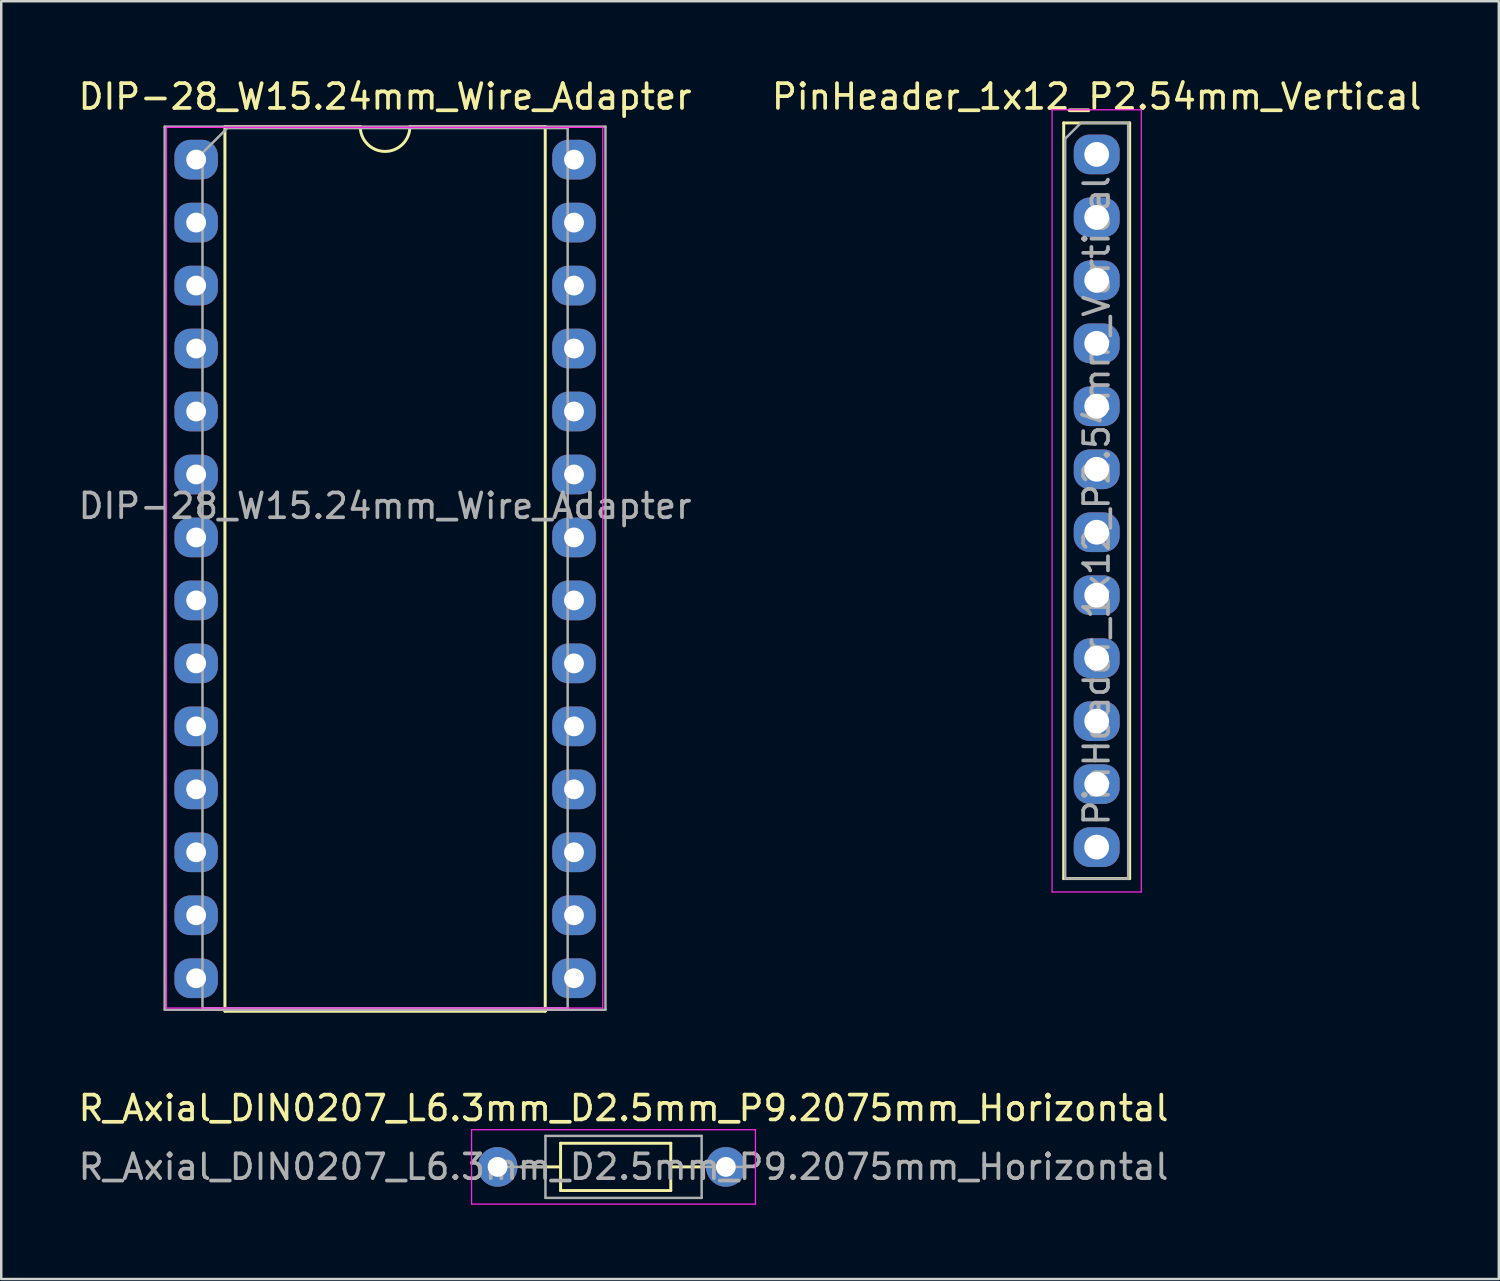
<source format=kicad_pcb>
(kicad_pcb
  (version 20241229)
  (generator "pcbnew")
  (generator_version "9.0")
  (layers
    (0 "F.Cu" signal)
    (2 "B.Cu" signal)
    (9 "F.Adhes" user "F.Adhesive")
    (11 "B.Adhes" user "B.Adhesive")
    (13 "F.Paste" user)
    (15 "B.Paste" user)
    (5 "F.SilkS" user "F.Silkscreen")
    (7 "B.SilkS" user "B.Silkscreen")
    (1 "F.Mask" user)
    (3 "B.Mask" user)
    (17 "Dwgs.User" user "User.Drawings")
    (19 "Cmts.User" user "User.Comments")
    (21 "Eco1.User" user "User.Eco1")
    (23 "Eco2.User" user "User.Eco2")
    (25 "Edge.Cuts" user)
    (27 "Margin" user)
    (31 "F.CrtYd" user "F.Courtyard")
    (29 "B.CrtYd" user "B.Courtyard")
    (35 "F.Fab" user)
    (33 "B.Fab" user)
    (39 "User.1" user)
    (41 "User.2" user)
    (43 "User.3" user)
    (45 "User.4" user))
  (footprint "PinHeader_1x12_P2.54mm_Vertical"
    (layer "F.Cu")
    (at 41.185 3.178)
    (property "Reference" "PinHeader_1x12_P2.54mm_Vertical" (at 0 -2.33 180) (layer "F.SilkS") (effects (font (size 1 1) (thickness 0.15))))
    (attr through_hole)
    (fp_line (start -1.33 -1.27) (end -1.33 29.21) (stroke (width 0.12) (type solid)) (layer "F.SilkS"))
    (fp_line (start -1.33 -1.27) (end 1.33 -1.27) (stroke (width 0.12) (type solid)) (layer "F.SilkS"))
    (fp_line (start -1.33 29.21) (end 1.33 29.21) (stroke (width 0.12) (type solid)) (layer "F.SilkS"))
    (fp_line (start 1.33 -1.27) (end 1.33 29.21) (stroke (width 0.12) (type solid)) (layer "F.SilkS"))
    (fp_line (start -1.8 -1.8) (end -1.8 29.75) (stroke (width 0.05) (type solid)) (layer "F.CrtYd"))
    (fp_line (start -1.8 29.75) (end 1.8 29.75) (stroke (width 0.05) (type solid)) (layer "F.CrtYd"))
    (fp_line (start 1.8 -1.8) (end -1.8 -1.8) (stroke (width 0.05) (type solid)) (layer "F.CrtYd"))
    (fp_line (start 1.8 29.75) (end 1.8 -1.8) (stroke (width 0.05) (type solid)) (layer "F.CrtYd"))
    (fp_line (start -1.27 -0.635) (end -0.635 -1.27) (stroke (width 0.1) (type solid)) (layer "F.Fab"))
    (fp_line (start -1.27 29.21) (end -1.27 -0.635) (stroke (width 0.1) (type solid)) (layer "F.Fab"))
    (fp_line (start -0.635 -1.27) (end 1.27 -1.27) (stroke (width 0.1) (type solid)) (layer "F.Fab"))
    (fp_line (start 1.27 -1.27) (end 1.27 29.21) (stroke (width 0.1) (type solid)) (layer "F.Fab"))
    (fp_line (start 1.27 29.21) (end -1.27 29.21) (stroke (width 0.1) (type solid)) (layer "F.Fab"))
    (fp_text user "${REFERENCE}" (at 0 13.97 90) (layer "F.Fab") (effects (font (size 1 1) (thickness 0.15))))
    (pad "1" thru_hole roundrect (at 0 0) (size 1.85 1.6) (drill 1) (layers "*.Cu" "*.Mask") (roundrect_rratio 0.4))
    (pad "2" thru_hole roundrect (at 0 2.54) (size 1.85 1.6) (drill 1) (layers "*.Cu" "*.Mask") (roundrect_rratio 0.4))
    (pad "3" thru_hole roundrect (at 0 5.08) (size 1.85 1.6) (drill 1) (layers "*.Cu" "*.Mask") (roundrect_rratio 0.4))
    (pad "4" thru_hole roundrect (at 0 7.62) (size 1.85 1.6) (drill 1) (layers "*.Cu" "*.Mask") (roundrect_rratio 0.4))
    (pad "5" thru_hole roundrect (at 0 10.16) (size 1.85 1.6) (drill 1) (layers "*.Cu" "*.Mask") (roundrect_rratio 0.4))
    (pad "6" thru_hole roundrect (at 0 12.7) (size 1.85 1.6) (drill 1) (layers "*.Cu" "*.Mask") (roundrect_rratio 0.4))
    (pad "7" thru_hole roundrect (at 0 15.24) (size 1.85 1.6) (drill 1) (layers "*.Cu" "*.Mask") (roundrect_rratio 0.4))
    (pad "8" thru_hole roundrect (at 0 17.78) (size 1.85 1.6) (drill 1) (layers "*.Cu" "*.Mask") (roundrect_rratio 0.4))
    (pad "9" thru_hole roundrect (at 0 20.32) (size 1.85 1.6) (drill 1) (layers "*.Cu" "*.Mask") (roundrect_rratio 0.4))
    (pad "10" thru_hole roundrect (at 0 22.86) (size 1.85 1.6) (drill 1) (layers "*.Cu" "*.Mask") (roundrect_rratio 0.4))
    (pad "11" thru_hole roundrect (at 0 25.4) (size 1.85 1.6) (drill 1) (layers "*.Cu" "*.Mask") (roundrect_rratio 0.4))
    (pad "12" thru_hole roundrect (at 0 27.94) (size 1.85 1.6) (drill 1) (layers "*.Cu" "*.Mask") (roundrect_rratio 0.4)))
  (footprint "R_Axial_DIN0207_L6.3mm_D2.5mm_P9.2075mm_Horizontal"
    (layer "F.Cu")
    (at 17.021 44.017)
    (property "Reference" "R_Axial_DIN0207_L6.3mm_D2.5mm_P9.2075mm_Horizontal" (at 5.08 -2.37 180) (layer "F.SilkS") (effects (font (size 1 1) (thickness 0.15))))
    (attr through_hole)
    (fp_line (start 0.953 0) (end 2.54 0) (stroke (width 0.12) (type solid)) (layer "F.SilkS"))
    (fp_line (start 2.54 -0.953) (end 2.54 0.953) (stroke (width 0.12) (type solid)) (layer "F.SilkS"))
    (fp_line (start 2.54 0.953) (end 6.985 0.953) (stroke (width 0.12) (type solid)) (layer "F.SilkS"))
    (fp_line (start 6.985 -0.953) (end 2.54 -0.953) (stroke (width 0.12) (type solid)) (layer "F.SilkS"))
    (fp_line (start 6.985 0.953) (end 6.985 -0.953) (stroke (width 0.12) (type solid)) (layer "F.SilkS"))
    (fp_line (start 8.255 0) (end 6.985 0) (stroke (width 0.12) (type solid)) (layer "F.SilkS"))
    (fp_line (start -1.05 -1.5) (end -1.05 1.5) (stroke (width 0.05) (type solid)) (layer "F.CrtYd"))
    (fp_line (start -1.05 1.5) (end 10.4 1.5) (stroke (width 0.05) (type solid)) (layer "F.CrtYd"))
    (fp_line (start 10.4 -1.5) (end -1.05 -1.5) (stroke (width 0.05) (type solid)) (layer "F.CrtYd"))
    (fp_line (start 10.4 1.5) (end 10.4 -1.5) (stroke (width 0.05) (type solid)) (layer "F.CrtYd"))
    (fp_line (start 0 0) (end 1.93 0) (stroke (width 0.1) (type solid)) (layer "F.Fab"))
    (fp_line (start 1.93 -1.25) (end 1.93 1.25) (stroke (width 0.1) (type solid)) (layer "F.Fab"))
    (fp_line (start 1.93 1.25) (end 8.23 1.25) (stroke (width 0.1) (type solid)) (layer "F.Fab"))
    (fp_line (start 8.23 -1.25) (end 1.93 -1.25) (stroke (width 0.1) (type solid)) (layer "F.Fab"))
    (fp_line (start 8.23 1.25) (end 8.23 -1.25) (stroke (width 0.1) (type solid)) (layer "F.Fab"))
    (fp_line (start 10.16 0) (end 8.23 0) (stroke (width 0.1) (type solid)) (layer "F.Fab"))
    (fp_text user "${REFERENCE}" (at 5.08 0 180) (layer "F.Fab") (effects (font (size 1 1) (thickness 0.15))))
    (pad "1" thru_hole circle (at 0 0) (size 1.6 1.6) (drill 0.8) (layers "*.Cu" "*.Mask"))
    (pad "2" thru_hole oval (at 9.207 0) (size 1.6 1.6) (drill 0.8) (layers "*.Cu" "*.Mask")))
  (footprint "DIP-28_W15.24mm_Wire_Adapter"
    (layer "F.Cu")
    (at 4.862 3.388)
    (property "Reference" "DIP-28_W15.24mm_Wire_Adapter" (at 7.62 -2.54 0) (layer "F.SilkS") (effects (font (size 1 1) (thickness 0.15))))
    (attr through_hole)
    (fp_line (start 1.16 -1.33) (end 1.16 34.35) (stroke (width 0.12) (type solid)) (layer "F.SilkS"))
    (fp_line (start 1.16 34.35) (end 14.08 34.35) (stroke (width 0.12) (type solid)) (layer "F.SilkS"))
    (fp_line (start 6.62 -1.33) (end 1.16 -1.33) (stroke (width 0.12) (type solid)) (layer "F.SilkS"))
    (fp_line (start 14.08 -1.33) (end 8.62 -1.33) (stroke (width 0.12) (type solid)) (layer "F.SilkS"))
    (fp_line (start 14.08 34.35) (end 14.08 -1.33) (stroke (width 0.12) (type solid)) (layer "F.SilkS"))
    (fp_arc (start 8.62 -1.33) (mid 7.62 -0.33) (end 6.62 -1.33) (stroke (width 0.12) (type solid)) (layer "F.SilkS"))
    (fp_line (start -1.2 -1.3) (end -1.2 34.22) (stroke (width 0.05) (type solid)) (layer "F.CrtYd"))
    (fp_line (start -1.2 34.22) (end 16.4 34.22) (stroke (width 0.05) (type solid)) (layer "F.CrtYd"))
    (fp_line (start 16.4 -1.3) (end -1.2 -1.3) (stroke (width 0.05) (type solid)) (layer "F.CrtYd"))
    (fp_line (start 16.4 34.22) (end 16.4 -1.3) (stroke (width 0.05) (type solid)) (layer "F.CrtYd"))
    (fp_line (start -1.27 -1.33) (end -1.27 34.29) (stroke (width 0.1) (type solid)) (layer "F.Fab"))
    (fp_line (start -1.27 34.29) (end 16.51 34.29) (stroke (width 0.1) (type solid)) (layer "F.Fab"))
    (fp_line (start 0.255 -0.27) (end 1.255 -1.27) (stroke (width 0.1) (type solid)) (layer "F.Fab"))
    (fp_line (start 0.255 34.23) (end 0.255 -0.27) (stroke (width 0.1) (type solid)) (layer "F.Fab"))
    (fp_line (start 1.255 -1.27) (end 14.985 -1.27) (stroke (width 0.1) (type solid)) (layer "F.Fab"))
    (fp_line (start 14.985 -1.27) (end 14.985 34.23) (stroke (width 0.1) (type solid)) (layer "F.Fab"))
    (fp_line (start 14.985 34.23) (end 0.255 34.23) (stroke (width 0.1) (type solid)) (layer "F.Fab"))
    (fp_line (start 16.51 -1.33) (end -1.27 -1.33) (stroke (width 0.1) (type solid)) (layer "F.Fab"))
    (fp_line (start 16.51 34.29) (end 16.51 -1.33) (stroke (width 0.1) (type solid)) (layer "F.Fab"))
    (fp_text user "${REFERENCE}" (at 7.62 13.97 0) (layer "F.Fab") (effects (font (size 1 1) (thickness 0.15))))
    (pad "1" thru_hole roundrect (at 0 0) (size 1.75 1.6) (drill 0.8) (layers "*.Cu" "*.Mask") (roundrect_rratio 0.4))
    (pad "2" thru_hole roundrect (at 0 2.54) (size 1.75 1.6) (drill 0.8) (layers "*.Cu" "*.Mask") (roundrect_rratio 0.4))
    (pad "3" thru_hole roundrect (at 0 5.08) (size 1.75 1.6) (drill 0.8) (layers "*.Cu" "*.Mask") (roundrect_rratio 0.4))
    (pad "4" thru_hole roundrect (at 0 7.62) (size 1.75 1.6) (drill 0.8) (layers "*.Cu" "*.Mask") (roundrect_rratio 0.4))
    (pad "5" thru_hole roundrect (at 0 10.16) (size 1.75 1.6) (drill 0.8) (layers "*.Cu" "*.Mask") (roundrect_rratio 0.4))
    (pad "6" thru_hole roundrect (at 0 12.7) (size 1.75 1.6) (drill 0.8) (layers "*.Cu" "*.Mask") (roundrect_rratio 0.4))
    (pad "7" thru_hole roundrect (at 0 15.24) (size 1.75 1.6) (drill 0.8) (layers "*.Cu" "*.Mask") (roundrect_rratio 0.4))
    (pad "8" thru_hole roundrect (at 0 17.78) (size 1.75 1.6) (drill 0.8) (layers "*.Cu" "*.Mask") (roundrect_rratio 0.4))
    (pad "9" thru_hole roundrect (at 0 20.32) (size 1.75 1.6) (drill 0.8) (layers "*.Cu" "*.Mask") (roundrect_rratio 0.4))
    (pad "10" thru_hole roundrect (at 0 22.86) (size 1.75 1.6) (drill 0.8) (layers "*.Cu" "*.Mask") (roundrect_rratio 0.4))
    (pad "11" thru_hole roundrect (at 0 25.4) (size 1.75 1.6) (drill 0.8) (layers "*.Cu" "*.Mask") (roundrect_rratio 0.4))
    (pad "12" thru_hole roundrect (at 0 27.94) (size 1.75 1.6) (drill 0.8) (layers "*.Cu" "*.Mask") (roundrect_rratio 0.4))
    (pad "13" thru_hole roundrect (at 0 30.48) (size 1.75 1.6) (drill 0.8) (layers "*.Cu" "*.Mask") (roundrect_rratio 0.4))
    (pad "14" thru_hole roundrect (at 0 33.02) (size 1.75 1.6) (drill 0.8) (layers "*.Cu" "*.Mask") (roundrect_rratio 0.4))
    (pad "15" thru_hole roundrect (at 15.24 33.02) (size 1.75 1.6) (drill 0.8) (layers "*.Cu" "*.Mask") (roundrect_rratio 0.4))
    (pad "16" thru_hole roundrect (at 15.24 30.48) (size 1.75 1.6) (drill 0.8) (layers "*.Cu" "*.Mask") (roundrect_rratio 0.4))
    (pad "17" thru_hole roundrect (at 15.24 27.94) (size 1.75 1.6) (drill 0.8) (layers "*.Cu" "*.Mask") (roundrect_rratio 0.4))
    (pad "18" thru_hole roundrect (at 15.24 25.4) (size 1.75 1.6) (drill 0.8) (layers "*.Cu" "*.Mask") (roundrect_rratio 0.4))
    (pad "19" thru_hole roundrect (at 15.24 22.86) (size 1.75 1.6) (drill 0.8) (layers "*.Cu" "*.Mask") (roundrect_rratio 0.4))
    (pad "20" thru_hole roundrect (at 15.24 20.32) (size 1.75 1.6) (drill 0.8) (layers "*.Cu" "*.Mask") (roundrect_rratio 0.4))
    (pad "21" thru_hole roundrect (at 15.24 17.78) (size 1.75 1.6) (drill 0.8) (layers "*.Cu" "*.Mask") (roundrect_rratio 0.4))
    (pad "22" thru_hole roundrect (at 15.24 15.24) (size 1.75 1.6) (drill 0.8) (layers "*.Cu" "*.Mask") (roundrect_rratio 0.4))
    (pad "23" thru_hole roundrect (at 15.24 12.7) (size 1.75 1.6) (drill 0.8) (layers "*.Cu" "*.Mask") (roundrect_rratio 0.4))
    (pad "24" thru_hole roundrect (at 15.24 10.16) (size 1.75 1.6) (drill 0.8) (layers "*.Cu" "*.Mask") (roundrect_rratio 0.4))
    (pad "25" thru_hole roundrect (at 15.24 7.62) (size 1.75 1.6) (drill 0.8) (layers "*.Cu" "*.Mask") (roundrect_rratio 0.4))
    (pad "26" thru_hole roundrect (at 15.24 5.08) (size 1.75 1.6) (drill 0.8) (layers "*.Cu" "*.Mask") (roundrect_rratio 0.4))
    (pad "27" thru_hole roundrect (at 15.24 2.54) (size 1.75 1.6) (drill 0.8) (layers "*.Cu" "*.Mask") (roundrect_rratio 0.4))
    (pad "28" thru_hole roundrect (at 15.24 0) (size 1.75 1.6) (drill 0.8) (layers "*.Cu" "*.Mask") (roundrect_rratio 0.4)))
  (gr_rect
    (start -3 -3)
    (end 57.405 48.541)
    (stroke (width 0.1) (type default))
    (fill no)
    (layer "Edge.Cuts")))
</source>
